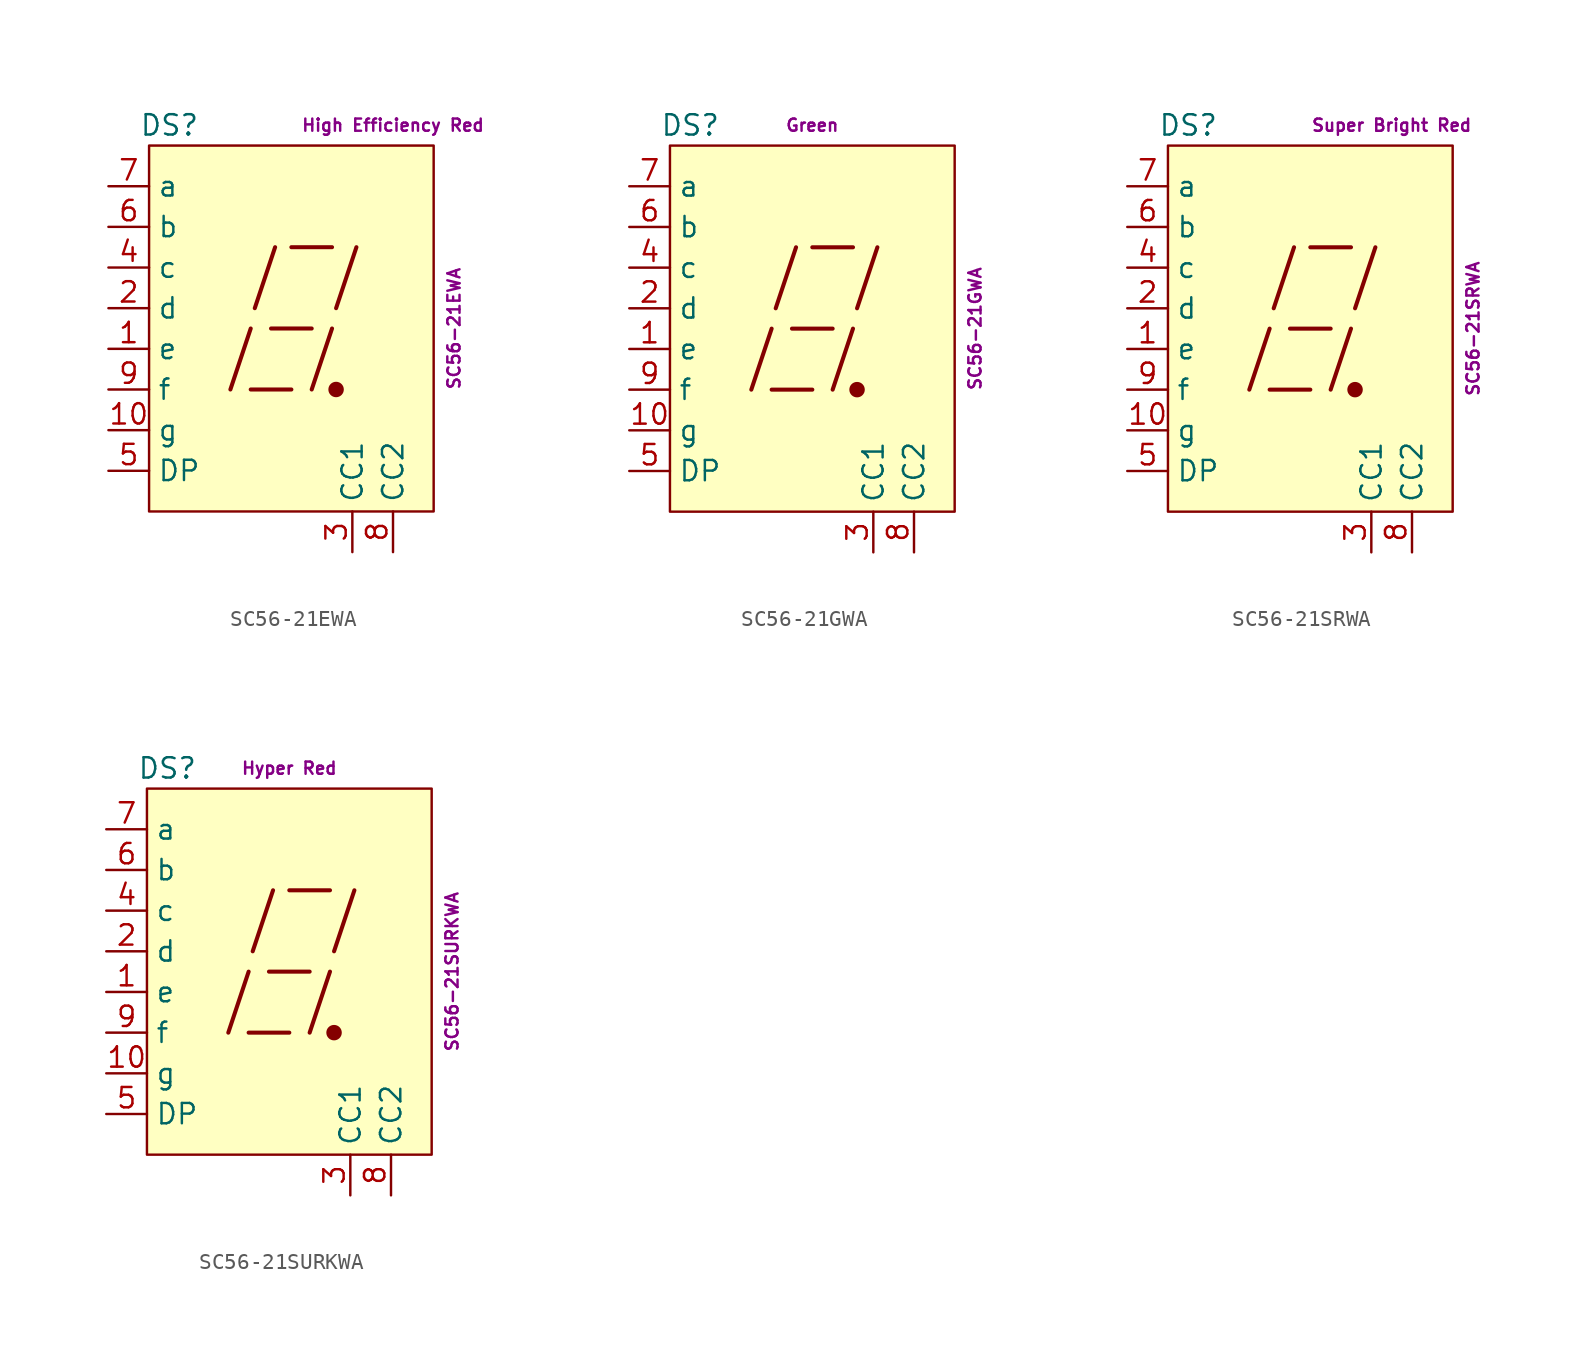
<source format=kicad_sym>
(kicad_symbol_lib
  (version 20211014)
  (generator kicad_symbol_editor)
  (symbol "SC56-21EWA"
    (property "Reference" "DS"
      (at -7.62 12.7 0)
      (effects (font (size 1.27 1.27))))
    (property "Color" "High Efficiency Red"
      (at 6.35 12.7 0)
      (effects (font (size 0.762 0.762))))
    (property "Name" "SC56-21EWA"
      (at 10.16 0 90)
      (effects (font (size 0.762 0.762))))
    (symbol "SC56-21EWA_0_0"
      (rectangle (start -8.89 11.43) (end 8.89 -11.43) (stroke (width 0) (type default) (color 0 0 0 0)) (fill (type background)))
      (polyline (pts (xy -3.81 -3.81) (xy -2.54 0)) (stroke (width 0.254) (type default) (color 0 0 0 0)) (fill (type none)))
      (polyline (pts (xy -2.54 -3.81) (xy 0 -3.81)) (stroke (width 0.254) (type default) (color 0 0 0 0)) (fill (type none)))
      (polyline (pts (xy -2.286 1.27) (xy -1.016 5.08)) (stroke (width 0.254) (type default) (color 0 0 0 0)) (fill (type none)))
      (polyline (pts (xy -1.27 0) (xy 1.27 0)) (stroke (width 0.254) (type default) (color 0 0 0 0)) (fill (type none)))
      (polyline (pts (xy 0 5.08) (xy 2.54 5.08)) (stroke (width 0.254) (type default) (color 0 0 0 0)) (fill (type none)))
      (polyline (pts (xy 1.27 -3.81) (xy 2.54 0)) (stroke (width 0.254) (type default) (color 0 0 0 0)) (fill (type none)))
      (polyline (pts (xy 2.794 1.27) (xy 4.064 5.08)) (stroke (width 0.254) (type default) (color 0 0 0 0)) (fill (type none))))
    (symbol "SC56-21EWA_0_1"
      (circle (center 2.794 -3.81) (radius 0.356) (stroke (width 0.254) (type default) (color 0 0 0 0)) (fill (type outline))))
    (symbol "SC56-21EWA_1_1"
      (pin passive line (at -11.43 -1.27 0) (length 2.54) (name "e" (effects (font (size 1.27 1.27)))) (number "1" (effects (font (size 1.27 1.27)))))
      (pin passive line (at -11.43 -6.35 0) (length 2.54) (name "g" (effects (font (size 1.27 1.27)))) (number "10" (effects (font (size 1.27 1.27)))))
      (pin passive line (at -11.43 1.27 0) (length 2.54) (name "d" (effects (font (size 1.27 1.27)))) (number "2" (effects (font (size 1.27 1.27)))))
      (pin passive line (at 3.81 -13.97 90) (length 2.54) (name "CC1" (effects (font (size 1.27 1.27)))) (number "3" (effects (font (size 1.27 1.27)))))
      (pin passive line (at -11.43 3.81 0) (length 2.54) (name "c" (effects (font (size 1.27 1.27)))) (number "4" (effects (font (size 1.27 1.27)))))
      (pin passive line (at -11.43 -8.89 0) (length 2.54) (name "DP" (effects (font (size 1.27 1.27)))) (number "5" (effects (font (size 1.27 1.27)))))
      (pin passive line (at -11.43 6.35 0) (length 2.54) (name "b" (effects (font (size 1.27 1.27)))) (number "6" (effects (font (size 1.27 1.27)))))
      (pin passive line (at -11.43 8.89 0) (length 2.54) (name "a" (effects (font (size 1.27 1.27)))) (number "7" (effects (font (size 1.27 1.27)))))
      (pin passive line (at 6.35 -13.97 90) (length 2.54) (name "CC2" (effects (font (size 1.27 1.27)))) (number "8" (effects (font (size 1.27 1.27)))))
      (pin passive line (at -11.43 -3.81 0) (length 2.54) (name "f" (effects (font (size 1.27 1.27)))) (number "9" (effects (font (size 1.27 1.27)))))))
  (symbol "SC56-21GWA"
    (property "Reference" "DS"
      (at -7.62 12.7 0)
      (effects (font (size 1.27 1.27))))
    (property "Color" "Green"
      (at 0 12.7 0)
      (effects (font (size 0.762 0.762))))
    (property "Name" "SC56-21GWA"
      (at 10.16 0 90)
      (effects (font (size 0.762 0.762))))
    (symbol "SC56-21GWA_0_0"
      (rectangle (start -8.89 11.43) (end 8.89 -11.43) (stroke (width 0) (type default) (color 0 0 0 0)) (fill (type background)))
      (polyline (pts (xy -3.81 -3.81) (xy -2.54 0)) (stroke (width 0.254) (type default) (color 0 0 0 0)) (fill (type none)))
      (polyline (pts (xy -2.54 -3.81) (xy 0 -3.81)) (stroke (width 0.254) (type default) (color 0 0 0 0)) (fill (type none)))
      (polyline (pts (xy -2.286 1.27) (xy -1.016 5.08)) (stroke (width 0.254) (type default) (color 0 0 0 0)) (fill (type none)))
      (polyline (pts (xy -1.27 0) (xy 1.27 0)) (stroke (width 0.254) (type default) (color 0 0 0 0)) (fill (type none)))
      (polyline (pts (xy 0 5.08) (xy 2.54 5.08)) (stroke (width 0.254) (type default) (color 0 0 0 0)) (fill (type none)))
      (polyline (pts (xy 1.27 -3.81) (xy 2.54 0)) (stroke (width 0.254) (type default) (color 0 0 0 0)) (fill (type none)))
      (polyline (pts (xy 2.794 1.27) (xy 4.064 5.08)) (stroke (width 0.254) (type default) (color 0 0 0 0)) (fill (type none))))
    (symbol "SC56-21GWA_0_1"
      (circle (center 2.794 -3.81) (radius 0.356) (stroke (width 0.254) (type default) (color 0 0 0 0)) (fill (type outline))))
    (symbol "SC56-21GWA_1_1"
      (pin passive line (at -11.43 -1.27 0) (length 2.54) (name "e" (effects (font (size 1.27 1.27)))) (number "1" (effects (font (size 1.27 1.27)))))
      (pin passive line (at -11.43 -6.35 0) (length 2.54) (name "g" (effects (font (size 1.27 1.27)))) (number "10" (effects (font (size 1.27 1.27)))))
      (pin passive line (at -11.43 1.27 0) (length 2.54) (name "d" (effects (font (size 1.27 1.27)))) (number "2" (effects (font (size 1.27 1.27)))))
      (pin passive line (at 3.81 -13.97 90) (length 2.54) (name "CC1" (effects (font (size 1.27 1.27)))) (number "3" (effects (font (size 1.27 1.27)))))
      (pin passive line (at -11.43 3.81 0) (length 2.54) (name "c" (effects (font (size 1.27 1.27)))) (number "4" (effects (font (size 1.27 1.27)))))
      (pin passive line (at -11.43 -8.89 0) (length 2.54) (name "DP" (effects (font (size 1.27 1.27)))) (number "5" (effects (font (size 1.27 1.27)))))
      (pin passive line (at -11.43 6.35 0) (length 2.54) (name "b" (effects (font (size 1.27 1.27)))) (number "6" (effects (font (size 1.27 1.27)))))
      (pin passive line (at -11.43 8.89 0) (length 2.54) (name "a" (effects (font (size 1.27 1.27)))) (number "7" (effects (font (size 1.27 1.27)))))
      (pin passive line (at 6.35 -13.97 90) (length 2.54) (name "CC2" (effects (font (size 1.27 1.27)))) (number "8" (effects (font (size 1.27 1.27)))))
      (pin passive line (at -11.43 -3.81 0) (length 2.54) (name "f" (effects (font (size 1.27 1.27)))) (number "9" (effects (font (size 1.27 1.27)))))))
  (symbol "SC56-21SRWA"
    (property "Reference" "DS"
      (at -7.62 12.7 0)
      (effects (font (size 1.27 1.27))))
    (property "Color" "Super Bright Red"
      (at 5.08 12.7 0)
      (effects (font (size 0.762 0.762))))
    (property "Name" "SC56-21SRWA"
      (at 10.16 0 90)
      (effects (font (size 0.762 0.762))))
    (symbol "SC56-21SRWA_0_0"
      (rectangle (start -8.89 11.43) (end 8.89 -11.43) (stroke (width 0) (type default) (color 0 0 0 0)) (fill (type background)))
      (polyline (pts (xy -3.81 -3.81) (xy -2.54 0)) (stroke (width 0.254) (type default) (color 0 0 0 0)) (fill (type none)))
      (polyline (pts (xy -2.54 -3.81) (xy 0 -3.81)) (stroke (width 0.254) (type default) (color 0 0 0 0)) (fill (type none)))
      (polyline (pts (xy -2.286 1.27) (xy -1.016 5.08)) (stroke (width 0.254) (type default) (color 0 0 0 0)) (fill (type none)))
      (polyline (pts (xy -1.27 0) (xy 1.27 0)) (stroke (width 0.254) (type default) (color 0 0 0 0)) (fill (type none)))
      (polyline (pts (xy 0 5.08) (xy 2.54 5.08)) (stroke (width 0.254) (type default) (color 0 0 0 0)) (fill (type none)))
      (polyline (pts (xy 1.27 -3.81) (xy 2.54 0)) (stroke (width 0.254) (type default) (color 0 0 0 0)) (fill (type none)))
      (polyline (pts (xy 2.794 1.27) (xy 4.064 5.08)) (stroke (width 0.254) (type default) (color 0 0 0 0)) (fill (type none))))
    (symbol "SC56-21SRWA_0_1"
      (circle (center 2.794 -3.81) (radius 0.356) (stroke (width 0.254) (type default) (color 0 0 0 0)) (fill (type outline))))
    (symbol "SC56-21SRWA_1_1"
      (pin passive line (at -11.43 -1.27 0) (length 2.54) (name "e" (effects (font (size 1.27 1.27)))) (number "1" (effects (font (size 1.27 1.27)))))
      (pin passive line (at -11.43 -6.35 0) (length 2.54) (name "g" (effects (font (size 1.27 1.27)))) (number "10" (effects (font (size 1.27 1.27)))))
      (pin passive line (at -11.43 1.27 0) (length 2.54) (name "d" (effects (font (size 1.27 1.27)))) (number "2" (effects (font (size 1.27 1.27)))))
      (pin passive line (at 3.81 -13.97 90) (length 2.54) (name "CC1" (effects (font (size 1.27 1.27)))) (number "3" (effects (font (size 1.27 1.27)))))
      (pin passive line (at -11.43 3.81 0) (length 2.54) (name "c" (effects (font (size 1.27 1.27)))) (number "4" (effects (font (size 1.27 1.27)))))
      (pin passive line (at -11.43 -8.89 0) (length 2.54) (name "DP" (effects (font (size 1.27 1.27)))) (number "5" (effects (font (size 1.27 1.27)))))
      (pin passive line (at -11.43 6.35 0) (length 2.54) (name "b" (effects (font (size 1.27 1.27)))) (number "6" (effects (font (size 1.27 1.27)))))
      (pin passive line (at -11.43 8.89 0) (length 2.54) (name "a" (effects (font (size 1.27 1.27)))) (number "7" (effects (font (size 1.27 1.27)))))
      (pin passive line (at 6.35 -13.97 90) (length 2.54) (name "CC2" (effects (font (size 1.27 1.27)))) (number "8" (effects (font (size 1.27 1.27)))))
      (pin passive line (at -11.43 -3.81 0) (length 2.54) (name "f" (effects (font (size 1.27 1.27)))) (number "9" (effects (font (size 1.27 1.27)))))))
  (symbol "SC56-21SURKWA"
    (property "Reference" "DS"
      (at -7.62 12.7 0)
      (effects (font (size 1.27 1.27))))
    (property "Color" "Hyper Red"
      (at 0 12.7 0)
      (effects (font (size 0.762 0.762))))
    (property "Name" "SC56-21SURKWA"
      (at 10.16 0 90)
      (effects (font (size 0.762 0.762))))
    (symbol "SC56-21SURKWA_0_0"
      (rectangle (start -8.89 11.43) (end 8.89 -11.43) (stroke (width 0) (type default) (color 0 0 0 0)) (fill (type background)))
      (polyline (pts (xy -3.81 -3.81) (xy -2.54 0)) (stroke (width 0.254) (type default) (color 0 0 0 0)) (fill (type none)))
      (polyline (pts (xy -2.54 -3.81) (xy 0 -3.81)) (stroke (width 0.254) (type default) (color 0 0 0 0)) (fill (type none)))
      (polyline (pts (xy -2.286 1.27) (xy -1.016 5.08)) (stroke (width 0.254) (type default) (color 0 0 0 0)) (fill (type none)))
      (polyline (pts (xy -1.27 0) (xy 1.27 0)) (stroke (width 0.254) (type default) (color 0 0 0 0)) (fill (type none)))
      (polyline (pts (xy 0 5.08) (xy 2.54 5.08)) (stroke (width 0.254) (type default) (color 0 0 0 0)) (fill (type none)))
      (polyline (pts (xy 1.27 -3.81) (xy 2.54 0)) (stroke (width 0.254) (type default) (color 0 0 0 0)) (fill (type none)))
      (polyline (pts (xy 2.794 1.27) (xy 4.064 5.08)) (stroke (width 0.254) (type default) (color 0 0 0 0)) (fill (type none))))
    (symbol "SC56-21SURKWA_0_1"
      (circle (center 2.794 -3.81) (radius 0.356) (stroke (width 0.254) (type default) (color 0 0 0 0)) (fill (type outline))))
    (symbol "SC56-21SURKWA_1_1"
      (pin passive line (at -11.43 -1.27 0) (length 2.54) (name "e" (effects (font (size 1.27 1.27)))) (number "1" (effects (font (size 1.27 1.27)))))
      (pin passive line (at -11.43 -6.35 0) (length 2.54) (name "g" (effects (font (size 1.27 1.27)))) (number "10" (effects (font (size 1.27 1.27)))))
      (pin passive line (at -11.43 1.27 0) (length 2.54) (name "d" (effects (font (size 1.27 1.27)))) (number "2" (effects (font (size 1.27 1.27)))))
      (pin passive line (at 3.81 -13.97 90) (length 2.54) (name "CC1" (effects (font (size 1.27 1.27)))) (number "3" (effects (font (size 1.27 1.27)))))
      (pin passive line (at -11.43 3.81 0) (length 2.54) (name "c" (effects (font (size 1.27 1.27)))) (number "4" (effects (font (size 1.27 1.27)))))
      (pin passive line (at -11.43 -8.89 0) (length 2.54) (name "DP" (effects (font (size 1.27 1.27)))) (number "5" (effects (font (size 1.27 1.27)))))
      (pin passive line (at -11.43 6.35 0) (length 2.54) (name "b" (effects (font (size 1.27 1.27)))) (number "6" (effects (font (size 1.27 1.27)))))
      (pin passive line (at -11.43 8.89 0) (length 2.54) (name "a" (effects (font (size 1.27 1.27)))) (number "7" (effects (font (size 1.27 1.27)))))
      (pin passive line (at 6.35 -13.97 90) (length 2.54) (name "CC2" (effects (font (size 1.27 1.27)))) (number "8" (effects (font (size 1.27 1.27)))))
      (pin passive line (at -11.43 -3.81 0) (length 2.54) (name "f" (effects (font (size 1.27 1.27)))) (number "9" (effects (font (size 1.27 1.27))))))))
</source>
